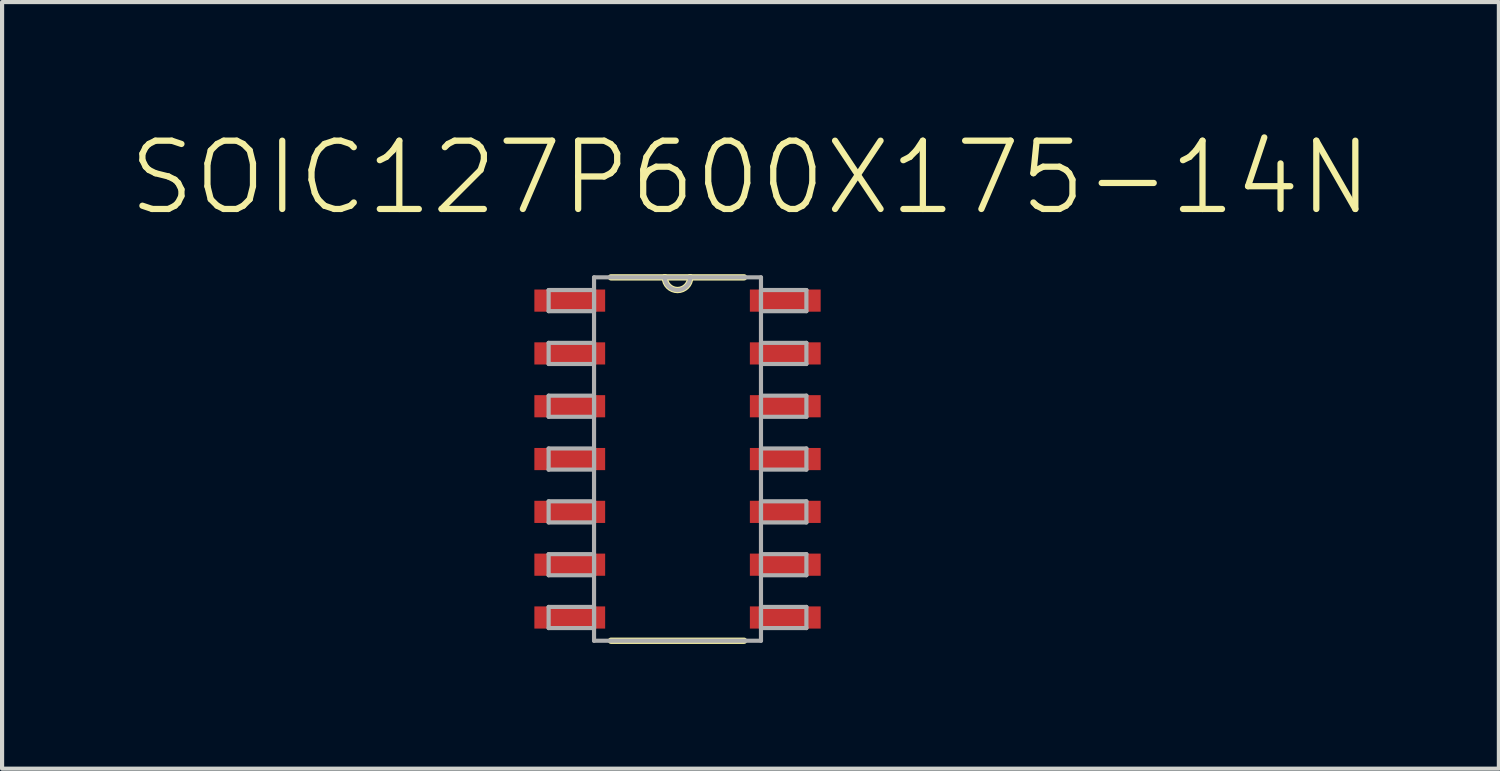
<source format=kicad_pcb>
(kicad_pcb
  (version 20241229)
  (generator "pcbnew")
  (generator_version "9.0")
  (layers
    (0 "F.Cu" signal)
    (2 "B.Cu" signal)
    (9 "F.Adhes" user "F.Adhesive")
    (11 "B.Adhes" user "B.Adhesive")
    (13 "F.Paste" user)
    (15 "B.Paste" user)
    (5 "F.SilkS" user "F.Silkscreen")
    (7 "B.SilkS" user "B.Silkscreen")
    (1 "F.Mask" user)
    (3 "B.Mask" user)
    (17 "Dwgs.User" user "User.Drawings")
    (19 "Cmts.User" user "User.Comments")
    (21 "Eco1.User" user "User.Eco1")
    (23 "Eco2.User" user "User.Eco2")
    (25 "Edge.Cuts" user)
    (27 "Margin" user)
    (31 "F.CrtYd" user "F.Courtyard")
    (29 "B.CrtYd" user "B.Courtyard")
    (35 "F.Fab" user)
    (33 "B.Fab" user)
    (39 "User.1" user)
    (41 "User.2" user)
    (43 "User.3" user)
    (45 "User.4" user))
  (footprint "SOIC127P600X175-14N"
    (layer "F.Cu")
    (at 13.241 7.988)
    (property "Reference" "SOIC127P600X175-14N" (at 1.755 -6.765 0) (layer "F.SilkS") (effects (font (size 1.642 1.642) (thickness 0.15))))
    (attr through_hole)
    (fp_line (start -1.6 4.369) (end 1.6 4.369) (stroke (width 0.152) (type solid)) (layer "F.SilkS"))
    (fp_line (start -0.305 -4.369) (end -1.6 -4.369) (stroke (width 0.152) (type solid)) (layer "F.SilkS"))
    (fp_line (start 0.305 -4.369) (end -0.305 -4.369) (stroke (width 0.152) (type solid)) (layer "F.SilkS"))
    (fp_line (start 1.6 -4.369) (end 0.305 -4.369) (stroke (width 0.152) (type solid)) (layer "F.SilkS"))
    (fp_arc (start 0.3048 -4.3688) (mid 0 -4.064) (end -0.3048 -4.3688) (stroke (width 0.1524) (type solid)) (layer "F.SilkS"))
    (fp_line (start -3.099 -4.064) (end -3.099 -3.556) (stroke (width 0.1) (type solid)) (layer "F.Fab"))
    (fp_line (start -3.099 -3.556) (end -2.007 -3.556) (stroke (width 0.1) (type solid)) (layer "F.Fab"))
    (fp_line (start -3.099 -2.794) (end -3.099 -2.286) (stroke (width 0.1) (type solid)) (layer "F.Fab"))
    (fp_line (start -3.099 -2.286) (end -2.007 -2.286) (stroke (width 0.1) (type solid)) (layer "F.Fab"))
    (fp_line (start -3.099 -1.524) (end -3.099 -1.016) (stroke (width 0.1) (type solid)) (layer "F.Fab"))
    (fp_line (start -3.099 -1.016) (end -2.007 -1.016) (stroke (width 0.1) (type solid)) (layer "F.Fab"))
    (fp_line (start -3.099 -0.254) (end -3.099 0.254) (stroke (width 0.1) (type solid)) (layer "F.Fab"))
    (fp_line (start -3.099 0.254) (end -2.007 0.254) (stroke (width 0.1) (type solid)) (layer "F.Fab"))
    (fp_line (start -3.099 1.016) (end -3.099 1.524) (stroke (width 0.1) (type solid)) (layer "F.Fab"))
    (fp_line (start -3.099 1.524) (end -2.007 1.524) (stroke (width 0.1) (type solid)) (layer "F.Fab"))
    (fp_line (start -3.099 2.286) (end -3.099 2.794) (stroke (width 0.1) (type solid)) (layer "F.Fab"))
    (fp_line (start -3.099 2.794) (end -2.007 2.794) (stroke (width 0.1) (type solid)) (layer "F.Fab"))
    (fp_line (start -3.099 3.556) (end -3.099 4.064) (stroke (width 0.1) (type solid)) (layer "F.Fab"))
    (fp_line (start -3.099 4.064) (end -2.007 4.064) (stroke (width 0.1) (type solid)) (layer "F.Fab"))
    (fp_line (start -2.007 -4.369) (end -2.007 4.369) (stroke (width 0.1) (type solid)) (layer "F.Fab"))
    (fp_line (start -2.007 -4.064) (end -3.099 -4.064) (stroke (width 0.1) (type solid)) (layer "F.Fab"))
    (fp_line (start -2.007 -3.556) (end -2.007 -4.064) (stroke (width 0.1) (type solid)) (layer "F.Fab"))
    (fp_line (start -2.007 -2.794) (end -3.099 -2.794) (stroke (width 0.1) (type solid)) (layer "F.Fab"))
    (fp_line (start -2.007 -2.286) (end -2.007 -2.794) (stroke (width 0.1) (type solid)) (layer "F.Fab"))
    (fp_line (start -2.007 -1.524) (end -3.099 -1.524) (stroke (width 0.1) (type solid)) (layer "F.Fab"))
    (fp_line (start -2.007 -1.016) (end -2.007 -1.524) (stroke (width 0.1) (type solid)) (layer "F.Fab"))
    (fp_line (start -2.007 -0.254) (end -3.099 -0.254) (stroke (width 0.1) (type solid)) (layer "F.Fab"))
    (fp_line (start -2.007 0.254) (end -2.007 -0.254) (stroke (width 0.1) (type solid)) (layer "F.Fab"))
    (fp_line (start -2.007 1.016) (end -3.099 1.016) (stroke (width 0.1) (type solid)) (layer "F.Fab"))
    (fp_line (start -2.007 1.524) (end -2.007 1.016) (stroke (width 0.1) (type solid)) (layer "F.Fab"))
    (fp_line (start -2.007 2.286) (end -3.099 2.286) (stroke (width 0.1) (type solid)) (layer "F.Fab"))
    (fp_line (start -2.007 2.794) (end -2.007 2.286) (stroke (width 0.1) (type solid)) (layer "F.Fab"))
    (fp_line (start -2.007 3.556) (end -3.099 3.556) (stroke (width 0.1) (type solid)) (layer "F.Fab"))
    (fp_line (start -2.007 4.064) (end -2.007 3.556) (stroke (width 0.1) (type solid)) (layer "F.Fab"))
    (fp_line (start -2.007 4.369) (end 2.007 4.369) (stroke (width 0.1) (type solid)) (layer "F.Fab"))
    (fp_line (start -0.305 -4.369) (end -2.007 -4.369) (stroke (width 0.1) (type solid)) (layer "F.Fab"))
    (fp_line (start 0.305 -4.369) (end -0.305 -4.369) (stroke (width 0.1) (type solid)) (layer "F.Fab"))
    (fp_line (start 2.007 -4.369) (end 0.305 -4.369) (stroke (width 0.1) (type solid)) (layer "F.Fab"))
    (fp_line (start 2.007 -4.064) (end 2.007 -3.556) (stroke (width 0.1) (type solid)) (layer "F.Fab"))
    (fp_line (start 2.007 -3.556) (end 3.099 -3.556) (stroke (width 0.1) (type solid)) (layer "F.Fab"))
    (fp_line (start 2.007 -2.794) (end 2.007 -2.286) (stroke (width 0.1) (type solid)) (layer "F.Fab"))
    (fp_line (start 2.007 -2.286) (end 3.099 -2.286) (stroke (width 0.1) (type solid)) (layer "F.Fab"))
    (fp_line (start 2.007 -1.524) (end 2.007 -1.016) (stroke (width 0.1) (type solid)) (layer "F.Fab"))
    (fp_line (start 2.007 -1.016) (end 3.099 -1.016) (stroke (width 0.1) (type solid)) (layer "F.Fab"))
    (fp_line (start 2.007 -0.254) (end 2.007 0.254) (stroke (width 0.1) (type solid)) (layer "F.Fab"))
    (fp_line (start 2.007 0.254) (end 3.099 0.254) (stroke (width 0.1) (type solid)) (layer "F.Fab"))
    (fp_line (start 2.007 1.016) (end 2.007 1.524) (stroke (width 0.1) (type solid)) (layer "F.Fab"))
    (fp_line (start 2.007 1.524) (end 3.099 1.524) (stroke (width 0.1) (type solid)) (layer "F.Fab"))
    (fp_line (start 2.007 2.286) (end 2.007 2.794) (stroke (width 0.1) (type solid)) (layer "F.Fab"))
    (fp_line (start 2.007 2.794) (end 3.099 2.794) (stroke (width 0.1) (type solid)) (layer "F.Fab"))
    (fp_line (start 2.007 3.556) (end 2.007 4.064) (stroke (width 0.1) (type solid)) (layer "F.Fab"))
    (fp_line (start 2.007 4.064) (end 3.099 4.064) (stroke (width 0.1) (type solid)) (layer "F.Fab"))
    (fp_line (start 2.007 4.369) (end 2.007 -4.369) (stroke (width 0.1) (type solid)) (layer "F.Fab"))
    (fp_line (start 3.099 -4.064) (end 2.007 -4.064) (stroke (width 0.1) (type solid)) (layer "F.Fab"))
    (fp_line (start 3.099 -3.556) (end 3.099 -4.064) (stroke (width 0.1) (type solid)) (layer "F.Fab"))
    (fp_line (start 3.099 -2.794) (end 2.007 -2.794) (stroke (width 0.1) (type solid)) (layer "F.Fab"))
    (fp_line (start 3.099 -2.286) (end 3.099 -2.794) (stroke (width 0.1) (type solid)) (layer "F.Fab"))
    (fp_line (start 3.099 -1.524) (end 2.007 -1.524) (stroke (width 0.1) (type solid)) (layer "F.Fab"))
    (fp_line (start 3.099 -1.016) (end 3.099 -1.524) (stroke (width 0.1) (type solid)) (layer "F.Fab"))
    (fp_line (start 3.099 -0.254) (end 2.007 -0.254) (stroke (width 0.1) (type solid)) (layer "F.Fab"))
    (fp_line (start 3.099 0.254) (end 3.099 -0.254) (stroke (width 0.1) (type solid)) (layer "F.Fab"))
    (fp_line (start 3.099 1.016) (end 2.007 1.016) (stroke (width 0.1) (type solid)) (layer "F.Fab"))
    (fp_line (start 3.099 1.524) (end 3.099 1.016) (stroke (width 0.1) (type solid)) (layer "F.Fab"))
    (fp_line (start 3.099 2.286) (end 2.007 2.286) (stroke (width 0.1) (type solid)) (layer "F.Fab"))
    (fp_line (start 3.099 2.794) (end 3.099 2.286) (stroke (width 0.1) (type solid)) (layer "F.Fab"))
    (fp_line (start 3.099 3.556) (end 2.007 3.556) (stroke (width 0.1) (type solid)) (layer "F.Fab"))
    (fp_line (start 3.099 4.064) (end 3.099 3.556) (stroke (width 0.1) (type solid)) (layer "F.Fab"))
    (fp_arc (start 0.3048 -4.3688) (mid 0 -4.064) (end -0.3048 -4.3688) (stroke (width 0.1) (type solid)) (layer "F.Fab"))
    (pad "1" smd rect (at -2.591 -3.81) (size 1.702 0.533) (layers "F.Cu" "F.Mask" "F.Paste"))
    (pad "2" smd rect (at -2.591 -2.54) (size 1.702 0.533) (layers "F.Cu" "F.Mask" "F.Paste"))
    (pad "3" smd rect (at -2.591 -1.27) (size 1.702 0.533) (layers "F.Cu" "F.Mask" "F.Paste"))
    (pad "4" smd rect (at -2.591 0) (size 1.702 0.533) (layers "F.Cu" "F.Mask" "F.Paste"))
    (pad "5" smd rect (at -2.591 1.27) (size 1.702 0.533) (layers "F.Cu" "F.Mask" "F.Paste"))
    (pad "6" smd rect (at -2.591 2.54) (size 1.702 0.533) (layers "F.Cu" "F.Mask" "F.Paste"))
    (pad "7" smd rect (at -2.591 3.81) (size 1.702 0.533) (layers "F.Cu" "F.Mask" "F.Paste"))
    (pad "8" smd rect (at 2.591 3.81) (size 1.702 0.533) (layers "F.Cu" "F.Mask" "F.Paste"))
    (pad "9" smd rect (at 2.591 2.54) (size 1.702 0.533) (layers "F.Cu" "F.Mask" "F.Paste"))
    (pad "10" smd rect (at 2.591 1.27) (size 1.702 0.533) (layers "F.Cu" "F.Mask" "F.Paste"))
    (pad "11" smd rect (at 2.591 0) (size 1.702 0.533) (layers "F.Cu" "F.Mask" "F.Paste"))
    (pad "12" smd rect (at 2.591 -1.27) (size 1.702 0.533) (layers "F.Cu" "F.Mask" "F.Paste"))
    (pad "13" smd rect (at 2.591 -2.54) (size 1.702 0.533) (layers "F.Cu" "F.Mask" "F.Paste"))
    (pad "14" smd rect (at 2.591 -3.81) (size 1.702 0.533) (layers "F.Cu" "F.Mask" "F.Paste")))
  (gr_rect
    (start -3 -3)
    (end 32.991 15.433)
    (stroke (width 0.1) (type default))
    (fill no)
    (layer "Edge.Cuts")))
</source>
